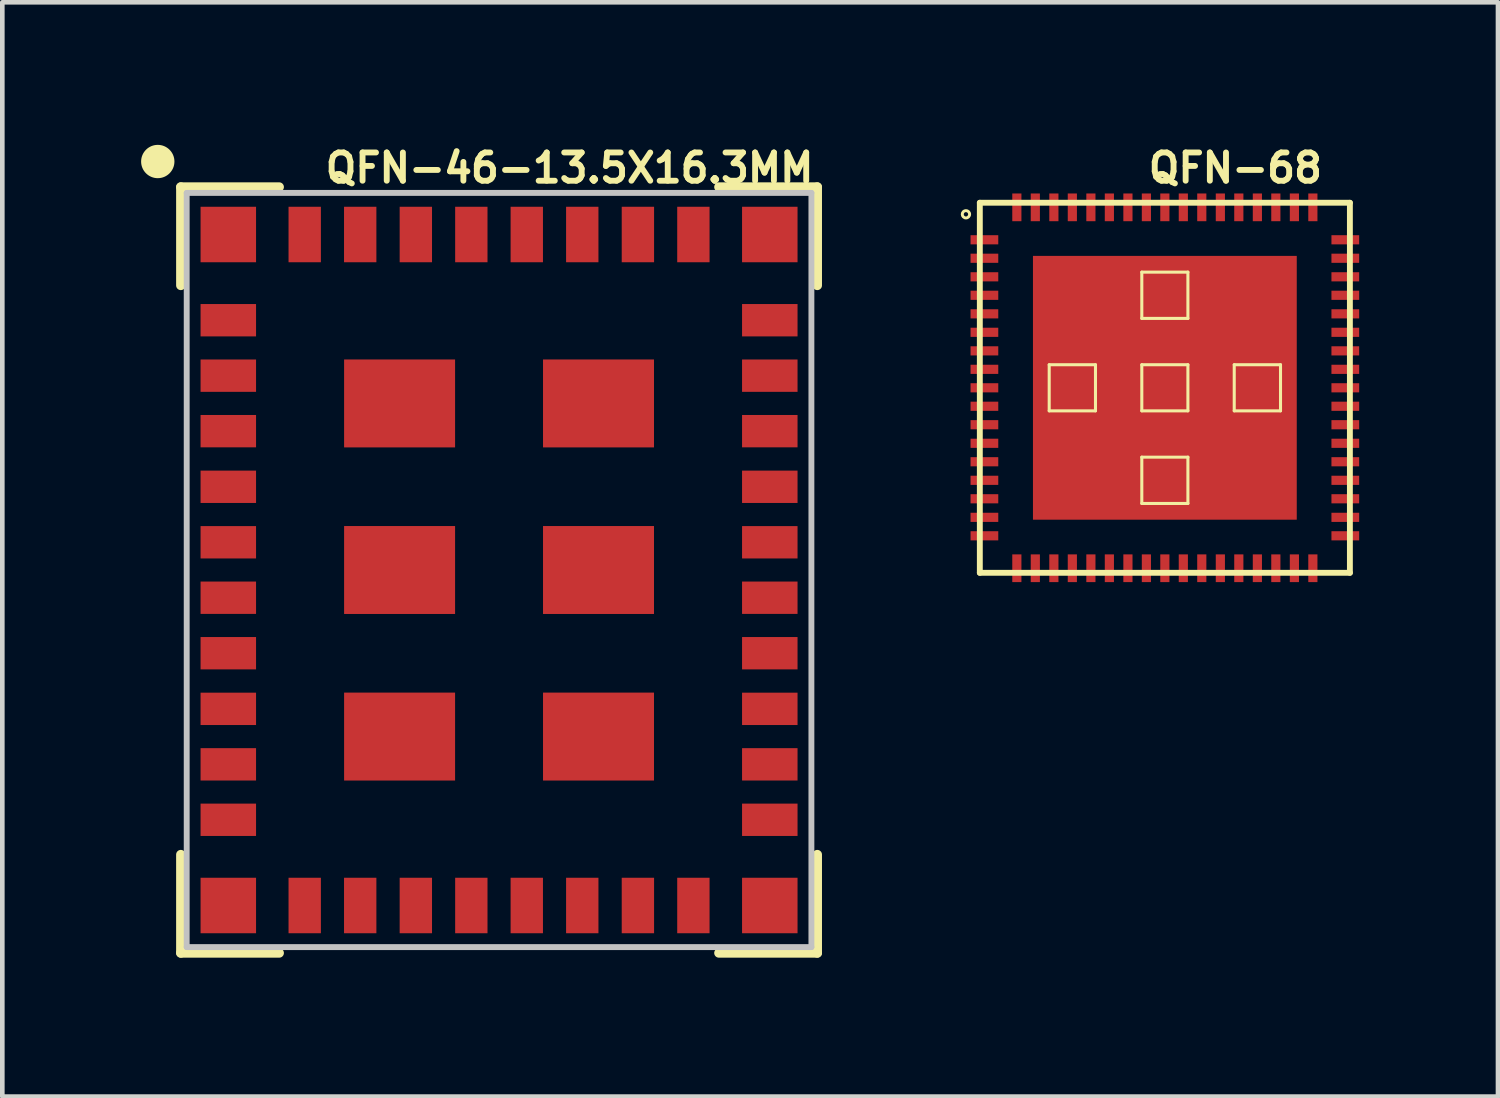
<source format=kicad_pcb>
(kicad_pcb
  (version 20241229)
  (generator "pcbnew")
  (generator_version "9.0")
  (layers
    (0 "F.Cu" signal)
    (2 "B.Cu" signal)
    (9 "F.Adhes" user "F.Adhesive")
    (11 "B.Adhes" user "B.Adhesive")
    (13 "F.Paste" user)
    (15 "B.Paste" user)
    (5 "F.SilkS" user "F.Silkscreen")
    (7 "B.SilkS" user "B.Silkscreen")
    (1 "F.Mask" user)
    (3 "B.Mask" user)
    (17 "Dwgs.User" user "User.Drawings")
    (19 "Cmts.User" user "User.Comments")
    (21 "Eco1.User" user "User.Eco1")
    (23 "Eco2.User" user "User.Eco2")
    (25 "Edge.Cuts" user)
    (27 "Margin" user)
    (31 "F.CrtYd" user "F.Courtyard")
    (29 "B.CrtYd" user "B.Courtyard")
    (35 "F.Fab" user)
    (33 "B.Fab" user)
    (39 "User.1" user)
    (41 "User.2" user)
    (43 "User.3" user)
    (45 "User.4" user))
  (footprint "QFN-68"
    (layer "F.Cu")
    (at 22.119 5.329)
    (property "Reference" "QFN-68" (at 1.524 -4.75 0) (layer "F.SilkS") (effects (font (size 0.61 0.61) (thickness 0.127))))
    (attr smd)
    (fp_line (start -3.998 -3.998) (end -3.998 3.998) (stroke (width 0.127) (type solid)) (layer "F.SilkS"))
    (fp_line (start -3.998 3.998) (end 3.998 3.998) (stroke (width 0.127) (type solid)) (layer "F.SilkS"))
    (fp_line (start -2.499 -0.498) (end -1.499 -0.498) (stroke (width 0.066) (type solid)) (layer "F.SilkS"))
    (fp_line (start -2.499 0.498) (end -2.499 -0.498) (stroke (width 0.066) (type solid)) (layer "F.SilkS"))
    (fp_line (start -2.499 0.498) (end -1.499 0.498) (stroke (width 0.066) (type solid)) (layer "F.SilkS"))
    (fp_line (start -1.499 0.498) (end -1.499 -0.498) (stroke (width 0.066) (type solid)) (layer "F.SilkS"))
    (fp_line (start -0.498 -2.499) (end 0.498 -2.499) (stroke (width 0.066) (type solid)) (layer "F.SilkS"))
    (fp_line (start -0.498 -1.499) (end -0.498 -2.499) (stroke (width 0.066) (type solid)) (layer "F.SilkS"))
    (fp_line (start -0.498 -1.499) (end 0.498 -1.499) (stroke (width 0.066) (type solid)) (layer "F.SilkS"))
    (fp_line (start -0.498 -0.498) (end 0.498 -0.498) (stroke (width 0.066) (type solid)) (layer "F.SilkS"))
    (fp_line (start -0.498 0.498) (end -0.498 -0.498) (stroke (width 0.066) (type solid)) (layer "F.SilkS"))
    (fp_line (start -0.498 0.498) (end 0.498 0.498) (stroke (width 0.066) (type solid)) (layer "F.SilkS"))
    (fp_line (start -0.498 1.499) (end 0.498 1.499) (stroke (width 0.066) (type solid)) (layer "F.SilkS"))
    (fp_line (start -0.498 2.499) (end -0.498 1.499) (stroke (width 0.066) (type solid)) (layer "F.SilkS"))
    (fp_line (start -0.498 2.499) (end 0.498 2.499) (stroke (width 0.066) (type solid)) (layer "F.SilkS"))
    (fp_line (start 0.498 -1.499) (end 0.498 -2.499) (stroke (width 0.066) (type solid)) (layer "F.SilkS"))
    (fp_line (start 0.498 0.498) (end 0.498 -0.498) (stroke (width 0.066) (type solid)) (layer "F.SilkS"))
    (fp_line (start 0.498 2.499) (end 0.498 1.499) (stroke (width 0.066) (type solid)) (layer "F.SilkS"))
    (fp_line (start 1.499 -0.498) (end 2.499 -0.498) (stroke (width 0.066) (type solid)) (layer "F.SilkS"))
    (fp_line (start 1.499 0.498) (end 1.499 -0.498) (stroke (width 0.066) (type solid)) (layer "F.SilkS"))
    (fp_line (start 1.499 0.498) (end 2.499 0.498) (stroke (width 0.066) (type solid)) (layer "F.SilkS"))
    (fp_line (start 2.499 0.498) (end 2.499 -0.498) (stroke (width 0.066) (type solid)) (layer "F.SilkS"))
    (fp_line (start 3.998 -3.998) (end -3.998 -3.998) (stroke (width 0.127) (type solid)) (layer "F.SilkS"))
    (fp_line (start 3.998 3.998) (end 3.998 -3.998) (stroke (width 0.127) (type solid)) (layer "F.SilkS"))
    (fp_circle (center -4.298 -3.749) (end -4.354 -3.805) (stroke (width 0.064) (type solid)) (fill no) (layer "F.SilkS"))
    (pad "1" smd rect (at -3.899 -3.198 180) (size 0.599 0.198) (layers "F.Cu" "F.Mask" "F.Paste"))
    (pad "2" smd rect (at -3.899 -2.799 180) (size 0.599 0.198) (layers "F.Cu" "F.Mask" "F.Paste"))
    (pad "3" smd rect (at -3.899 -2.398 180) (size 0.599 0.198) (layers "F.Cu" "F.Mask" "F.Paste"))
    (pad "4" smd rect (at -3.899 -1.999 180) (size 0.599 0.198) (layers "F.Cu" "F.Mask" "F.Paste"))
    (pad "5" smd rect (at -3.899 -1.598 180) (size 0.599 0.198) (layers "F.Cu" "F.Mask" "F.Paste"))
    (pad "6" smd rect (at -3.899 -1.199 180) (size 0.599 0.198) (layers "F.Cu" "F.Mask" "F.Paste"))
    (pad "7" smd rect (at -3.899 -0.798 180) (size 0.599 0.198) (layers "F.Cu" "F.Mask" "F.Paste"))
    (pad "8" smd rect (at -3.899 -0.399 180) (size 0.599 0.198) (layers "F.Cu" "F.Mask" "F.Paste"))
    (pad "9" smd rect (at -3.899 0 180) (size 0.599 0.198) (layers "F.Cu" "F.Mask" "F.Paste"))
    (pad "10" smd rect (at -3.899 0.399 180) (size 0.599 0.198) (layers "F.Cu" "F.Mask" "F.Paste"))
    (pad "11" smd rect (at -3.899 0.798 180) (size 0.599 0.198) (layers "F.Cu" "F.Mask" "F.Paste"))
    (pad "12" smd rect (at -3.899 1.199 180) (size 0.599 0.198) (layers "F.Cu" "F.Mask" "F.Paste"))
    (pad "13" smd rect (at -3.899 1.598 180) (size 0.599 0.198) (layers "F.Cu" "F.Mask" "F.Paste"))
    (pad "14" smd rect (at -3.899 1.999 180) (size 0.599 0.198) (layers "F.Cu" "F.Mask" "F.Paste"))
    (pad "15" smd rect (at -3.899 2.398 180) (size 0.599 0.198) (layers "F.Cu" "F.Mask" "F.Paste"))
    (pad "16" smd rect (at -3.899 2.799 180) (size 0.599 0.198) (layers "F.Cu" "F.Mask" "F.Paste"))
    (pad "17" smd rect (at -3.899 3.198 180) (size 0.599 0.198) (layers "F.Cu" "F.Mask" "F.Paste"))
    (pad "18" smd rect (at -3.198 3.899 270) (size 0.599 0.198) (layers "F.Cu" "F.Mask" "F.Paste"))
    (pad "19" smd rect (at -2.799 3.899 270) (size 0.599 0.198) (layers "F.Cu" "F.Mask" "F.Paste"))
    (pad "20" smd rect (at -2.398 3.899 270) (size 0.599 0.198) (layers "F.Cu" "F.Mask" "F.Paste"))
    (pad "21" smd rect (at -1.999 3.899 270) (size 0.599 0.198) (layers "F.Cu" "F.Mask" "F.Paste"))
    (pad "22" smd rect (at -1.598 3.899 270) (size 0.599 0.198) (layers "F.Cu" "F.Mask" "F.Paste"))
    (pad "23" smd rect (at -1.199 3.899 270) (size 0.599 0.198) (layers "F.Cu" "F.Mask" "F.Paste"))
    (pad "24" smd rect (at -0.798 3.899 270) (size 0.599 0.198) (layers "F.Cu" "F.Mask" "F.Paste"))
    (pad "25" smd rect (at -0.399 3.899 270) (size 0.599 0.198) (layers "F.Cu" "F.Mask" "F.Paste"))
    (pad "26" smd rect (at 0 3.899 270) (size 0.599 0.198) (layers "F.Cu" "F.Mask" "F.Paste"))
    (pad "27" smd rect (at 0.399 3.899 270) (size 0.599 0.198) (layers "F.Cu" "F.Mask" "F.Paste"))
    (pad "28" smd rect (at 0.798 3.899 270) (size 0.599 0.198) (layers "F.Cu" "F.Mask" "F.Paste"))
    (pad "29" smd rect (at 1.199 3.899 270) (size 0.599 0.198) (layers "F.Cu" "F.Mask" "F.Paste"))
    (pad "30" smd rect (at 1.598 3.899 270) (size 0.599 0.198) (layers "F.Cu" "F.Mask" "F.Paste"))
    (pad "31" smd rect (at 1.999 3.899 270) (size 0.599 0.198) (layers "F.Cu" "F.Mask" "F.Paste"))
    (pad "32" smd rect (at 2.398 3.899 270) (size 0.599 0.198) (layers "F.Cu" "F.Mask" "F.Paste"))
    (pad "33" smd rect (at 2.799 3.899 270) (size 0.599 0.198) (layers "F.Cu" "F.Mask" "F.Paste"))
    (pad "34" smd rect (at 3.198 3.899 270) (size 0.599 0.198) (layers "F.Cu" "F.Mask" "F.Paste"))
    (pad "35" smd rect (at 3.899 3.198) (size 0.599 0.198) (layers "F.Cu" "F.Mask" "F.Paste"))
    (pad "36" smd rect (at 3.899 2.799) (size 0.599 0.198) (layers "F.Cu" "F.Mask" "F.Paste"))
    (pad "37" smd rect (at 3.899 2.398) (size 0.599 0.198) (layers "F.Cu" "F.Mask" "F.Paste"))
    (pad "38" smd rect (at 3.899 1.999) (size 0.599 0.198) (layers "F.Cu" "F.Mask" "F.Paste"))
    (pad "39" smd rect (at 3.899 1.598) (size 0.599 0.198) (layers "F.Cu" "F.Mask" "F.Paste"))
    (pad "40" smd rect (at 3.899 1.199) (size 0.599 0.198) (layers "F.Cu" "F.Mask" "F.Paste"))
    (pad "41" smd rect (at 3.899 0.798) (size 0.599 0.198) (layers "F.Cu" "F.Mask" "F.Paste"))
    (pad "42" smd rect (at 3.899 0.399) (size 0.599 0.198) (layers "F.Cu" "F.Mask" "F.Paste"))
    (pad "43" smd rect (at 3.899 0) (size 0.599 0.198) (layers "F.Cu" "F.Mask" "F.Paste"))
    (pad "44" smd rect (at 3.899 -0.399) (size 0.599 0.198) (layers "F.Cu" "F.Mask" "F.Paste"))
    (pad "45" smd rect (at 3.899 -0.798) (size 0.599 0.198) (layers "F.Cu" "F.Mask" "F.Paste"))
    (pad "46" smd rect (at 3.899 -1.199) (size 0.599 0.198) (layers "F.Cu" "F.Mask" "F.Paste"))
    (pad "47" smd rect (at 3.899 -1.598) (size 0.599 0.198) (layers "F.Cu" "F.Mask" "F.Paste"))
    (pad "48" smd rect (at 3.899 -1.999) (size 0.599 0.198) (layers "F.Cu" "F.Mask" "F.Paste"))
    (pad "49" smd rect (at 3.899 -2.398) (size 0.599 0.198) (layers "F.Cu" "F.Mask" "F.Paste"))
    (pad "50" smd rect (at 3.899 -2.799) (size 0.599 0.198) (layers "F.Cu" "F.Mask" "F.Paste"))
    (pad "51" smd rect (at 3.899 -3.198) (size 0.599 0.198) (layers "F.Cu" "F.Mask" "F.Paste"))
    (pad "52" smd rect (at 3.198 -3.899 90) (size 0.599 0.198) (layers "F.Cu" "F.Mask" "F.Paste"))
    (pad "53" smd rect (at 2.799 -3.899 90) (size 0.599 0.198) (layers "F.Cu" "F.Mask" "F.Paste"))
    (pad "54" smd rect (at 2.398 -3.899 90) (size 0.599 0.198) (layers "F.Cu" "F.Mask" "F.Paste"))
    (pad "55" smd rect (at 1.999 -3.899 90) (size 0.599 0.198) (layers "F.Cu" "F.Mask" "F.Paste"))
    (pad "56" smd rect (at 1.598 -3.899 90) (size 0.599 0.198) (layers "F.Cu" "F.Mask" "F.Paste"))
    (pad "57" smd rect (at 1.199 -3.899 90) (size 0.599 0.198) (layers "F.Cu" "F.Mask" "F.Paste"))
    (pad "58" smd rect (at 0.798 -3.899 90) (size 0.599 0.198) (layers "F.Cu" "F.Mask" "F.Paste"))
    (pad "59" smd rect (at 0.399 -3.899 90) (size 0.599 0.198) (layers "F.Cu" "F.Mask" "F.Paste"))
    (pad "60" smd rect (at 0 -3.899 90) (size 0.599 0.198) (layers "F.Cu" "F.Mask" "F.Paste"))
    (pad "61" smd rect (at -0.399 -3.899 90) (size 0.599 0.198) (layers "F.Cu" "F.Mask" "F.Paste"))
    (pad "62" smd rect (at -0.798 -3.899 90) (size 0.599 0.198) (layers "F.Cu" "F.Mask" "F.Paste"))
    (pad "63" smd rect (at -1.199 -3.899 90) (size 0.599 0.198) (layers "F.Cu" "F.Mask" "F.Paste"))
    (pad "64" smd rect (at -1.598 -3.899 90) (size 0.599 0.198) (layers "F.Cu" "F.Mask" "F.Paste"))
    (pad "65" smd rect (at -1.999 -3.899 90) (size 0.599 0.198) (layers "F.Cu" "F.Mask" "F.Paste"))
    (pad "66" smd rect (at -2.398 -3.899 90) (size 0.599 0.198) (layers "F.Cu" "F.Mask" "F.Paste"))
    (pad "67" smd rect (at -2.799 -3.899 90) (size 0.599 0.198) (layers "F.Cu" "F.Mask" "F.Paste"))
    (pad "68" smd rect (at -3.198 -3.899 90) (size 0.599 0.198) (layers "F.Cu" "F.Mask" "F.Paste"))
    (pad "69" smd rect (at 0 0) (size 5.7 5.7) (layers "F.Cu" "F.Mask" "F.Paste")))
  (footprint "QFN-46-13.5X16.3MM"
    (layer "F.Cu")
    (at 7.733 9.266)
    (property "Reference" "QFN-46-13.5X16.3MM" (at 1.524 -8.687 0) (layer "F.SilkS") (effects (font (size 0.61 0.61) (thickness 0.127))))
    (attr smd)
    (fp_line (start -6.876 -8.275) (end -4.75 -8.275) (stroke (width 0.203) (type solid)) (layer "F.SilkS"))
    (fp_line (start -6.876 -6.149) (end -6.876 -8.275) (stroke (width 0.203) (type solid)) (layer "F.SilkS"))
    (fp_line (start -6.876 8.275) (end -6.876 6.149) (stroke (width 0.203) (type solid)) (layer "F.SilkS"))
    (fp_line (start -4.75 8.275) (end -6.876 8.275) (stroke (width 0.203) (type solid)) (layer "F.SilkS"))
    (fp_line (start 4.75 -8.275) (end 6.876 -8.275) (stroke (width 0.203) (type solid)) (layer "F.SilkS"))
    (fp_line (start 6.876 -8.275) (end 6.876 -6.149) (stroke (width 0.203) (type solid)) (layer "F.SilkS"))
    (fp_line (start 6.876 6.149) (end 6.876 8.275) (stroke (width 0.203) (type solid)) (layer "F.SilkS"))
    (fp_line (start 6.876 8.275) (end 4.75 8.275) (stroke (width 0.203) (type solid)) (layer "F.SilkS"))
    (fp_circle (center -7.374 -8.826) (end -7.628 -9.081) (stroke (width 0) (type solid)) (fill yes) (layer "F.SilkS"))
    (fp_line (start -6.749 -8.148) (end 6.749 -8.148) (stroke (width 0.127) (type solid)) (layer "Dwgs.User"))
    (fp_line (start -6.749 8.148) (end -6.749 -8.148) (stroke (width 0.127) (type solid)) (layer "Dwgs.User"))
    (fp_line (start 6.749 -8.148) (end 6.749 8.148) (stroke (width 0.127) (type solid)) (layer "Dwgs.User"))
    (fp_line (start 6.749 8.148) (end -6.749 8.148) (stroke (width 0.127) (type solid)) (layer "Dwgs.User"))
    (pad "GND@" smd rect (at -5.85 -7.249) (size 1.199 1.199) (layers "F.Cu" "F.Mask" "F.Paste"))
    (pad "GND@" smd rect (at -5.85 7.249) (size 1.199 1.199) (layers "F.Cu" "F.Mask" "F.Paste"))
    (pad "GND@" smd rect (at -2.149 -3.599) (size 2.398 1.9) (layers "F.Cu" "F.Mask" "F.Paste"))
    (pad "GND@" smd rect (at -2.149 0) (size 2.398 1.9) (layers "F.Cu" "F.Mask" "F.Paste"))
    (pad "GND@" smd rect (at -2.149 3.599) (size 2.398 1.9) (layers "F.Cu" "F.Mask" "F.Paste"))
    (pad "GND@" smd rect (at 2.149 -3.599) (size 2.398 1.9) (layers "F.Cu" "F.Mask" "F.Paste"))
    (pad "GND@" smd rect (at 2.149 0) (size 2.398 1.9) (layers "F.Cu" "F.Mask" "F.Paste"))
    (pad "GND@" smd rect (at 2.149 3.599) (size 2.398 1.9) (layers "F.Cu" "F.Mask" "F.Paste"))
    (pad "GND@" smd rect (at 5.85 -7.249) (size 1.199 1.199) (layers "F.Cu" "F.Mask" "F.Paste"))
    (pad "GND@" smd rect (at 5.85 7.249) (size 1.199 1.199) (layers "F.Cu" "F.Mask" "F.Paste"))
    (pad "P$1" smd rect (at -5.85 -5.397) (size 1.199 0.699) (layers "F.Cu" "F.Mask" "F.Paste"))
    (pad "P$2" smd rect (at -5.85 -4.199) (size 1.199 0.699) (layers "F.Cu" "F.Mask" "F.Paste"))
    (pad "P$3" smd rect (at -5.85 -3) (size 1.199 0.699) (layers "F.Cu" "F.Mask" "F.Paste"))
    (pad "P$4" smd rect (at -5.85 -1.798) (size 1.199 0.699) (layers "F.Cu" "F.Mask" "F.Paste"))
    (pad "P$5" smd rect (at -5.85 -0.599) (size 1.199 0.699) (layers "F.Cu" "F.Mask" "F.Paste"))
    (pad "P$6" smd rect (at -5.85 0.599) (size 1.199 0.699) (layers "F.Cu" "F.Mask" "F.Paste"))
    (pad "P$7" smd rect (at -5.85 1.798) (size 1.199 0.699) (layers "F.Cu" "F.Mask" "F.Paste"))
    (pad "P$8" smd rect (at -5.85 3) (size 1.199 0.699) (layers "F.Cu" "F.Mask" "F.Paste"))
    (pad "P$9" smd rect (at -5.85 4.199) (size 1.199 0.699) (layers "F.Cu" "F.Mask" "F.Paste"))
    (pad "P$10" smd rect (at -5.85 5.397) (size 1.199 0.699) (layers "F.Cu" "F.Mask" "F.Paste"))
    (pad "P$11" smd rect (at -4.199 7.249 90) (size 1.199 0.699) (layers "F.Cu" "F.Mask" "F.Paste"))
    (pad "P$12" smd rect (at -3 7.249 90) (size 1.199 0.699) (layers "F.Cu" "F.Mask" "F.Paste"))
    (pad "P$13" smd rect (at -1.798 7.249 90) (size 1.199 0.699) (layers "F.Cu" "F.Mask" "F.Paste"))
    (pad "P$14" smd rect (at -0.599 7.249 90) (size 1.199 0.699) (layers "F.Cu" "F.Mask" "F.Paste"))
    (pad "P$15" smd rect (at 0.599 7.249 90) (size 1.199 0.699) (layers "F.Cu" "F.Mask" "F.Paste"))
    (pad "P$16" smd rect (at 1.798 7.249 90) (size 1.199 0.699) (layers "F.Cu" "F.Mask" "F.Paste"))
    (pad "P$17" smd rect (at 3 7.249 90) (size 1.199 0.699) (layers "F.Cu" "F.Mask" "F.Paste"))
    (pad "P$18" smd rect (at 4.199 7.249 90) (size 1.199 0.699) (layers "F.Cu" "F.Mask" "F.Paste"))
    (pad "P$19" smd rect (at 5.85 5.397) (size 1.199 0.699) (layers "F.Cu" "F.Mask" "F.Paste"))
    (pad "P$20" smd rect (at 5.85 4.199) (size 1.199 0.699) (layers "F.Cu" "F.Mask" "F.Paste"))
    (pad "P$21" smd rect (at 5.85 3) (size 1.199 0.699) (layers "F.Cu" "F.Mask" "F.Paste"))
    (pad "P$22" smd rect (at 5.85 1.798) (size 1.199 0.699) (layers "F.Cu" "F.Mask" "F.Paste"))
    (pad "P$23" smd rect (at 5.85 0.599) (size 1.199 0.699) (layers "F.Cu" "F.Mask" "F.Paste"))
    (pad "P$24" smd rect (at 5.85 -0.599) (size 1.199 0.699) (layers "F.Cu" "F.Mask" "F.Paste"))
    (pad "P$25" smd rect (at 5.85 -1.798) (size 1.199 0.699) (layers "F.Cu" "F.Mask" "F.Paste"))
    (pad "P$26" smd rect (at 5.85 -3) (size 1.199 0.699) (layers "F.Cu" "F.Mask" "F.Paste"))
    (pad "P$27" smd rect (at 5.85 -4.199) (size 1.199 0.699) (layers "F.Cu" "F.Mask" "F.Paste"))
    (pad "P$28" smd rect (at 5.85 -5.397) (size 1.199 0.699) (layers "F.Cu" "F.Mask" "F.Paste"))
    (pad "P$29" smd rect (at 4.199 -7.249 270) (size 1.199 0.699) (layers "F.Cu" "F.Mask" "F.Paste"))
    (pad "P$30" smd rect (at 3 -7.249 270) (size 1.199 0.699) (layers "F.Cu" "F.Mask" "F.Paste"))
    (pad "P$31" smd rect (at 1.798 -7.249 270) (size 1.199 0.699) (layers "F.Cu" "F.Mask" "F.Paste"))
    (pad "P$32" smd rect (at 0.599 -7.249 270) (size 1.199 0.699) (layers "F.Cu" "F.Mask" "F.Paste"))
    (pad "P$33" smd rect (at -0.599 -7.249 270) (size 1.199 0.699) (layers "F.Cu" "F.Mask" "F.Paste"))
    (pad "P$34" smd rect (at -1.798 -7.249 270) (size 1.199 0.699) (layers "F.Cu" "F.Mask" "F.Paste"))
    (pad "P$35" smd rect (at -3 -7.249 270) (size 1.199 0.699) (layers "F.Cu" "F.Mask" "F.Paste"))
    (pad "P$36" smd rect (at -4.199 -7.249 270) (size 1.199 0.699) (layers "F.Cu" "F.Mask" "F.Paste")))
  (gr_rect
    (start -3 -3)
    (end 29.317 20.643)
    (stroke (width 0.1) (type default))
    (fill no)
    (layer "Edge.Cuts")))
</source>
